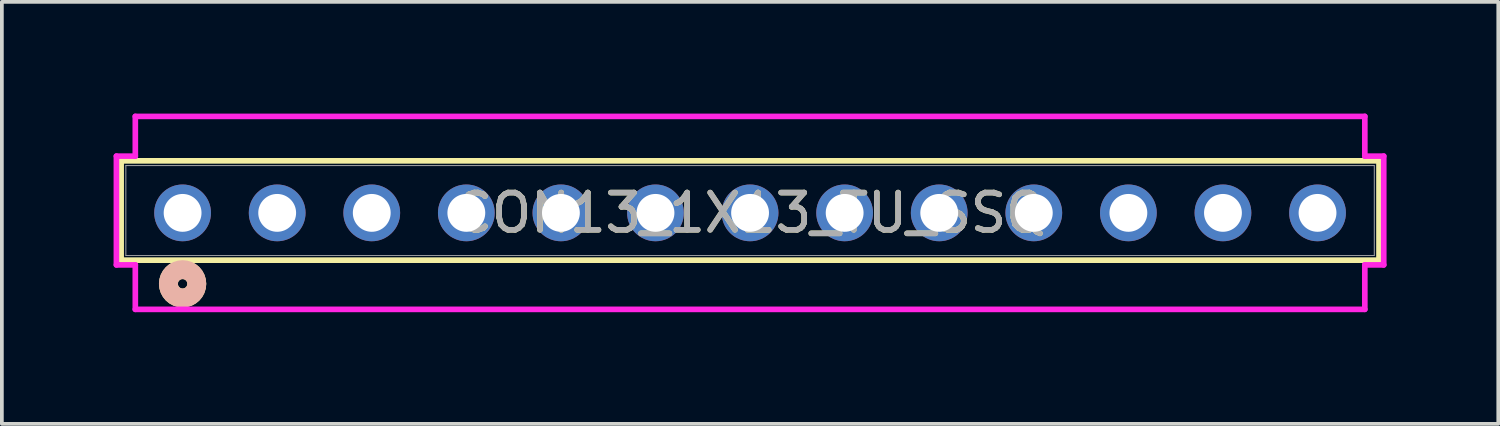
<source format=kicad_pcb>
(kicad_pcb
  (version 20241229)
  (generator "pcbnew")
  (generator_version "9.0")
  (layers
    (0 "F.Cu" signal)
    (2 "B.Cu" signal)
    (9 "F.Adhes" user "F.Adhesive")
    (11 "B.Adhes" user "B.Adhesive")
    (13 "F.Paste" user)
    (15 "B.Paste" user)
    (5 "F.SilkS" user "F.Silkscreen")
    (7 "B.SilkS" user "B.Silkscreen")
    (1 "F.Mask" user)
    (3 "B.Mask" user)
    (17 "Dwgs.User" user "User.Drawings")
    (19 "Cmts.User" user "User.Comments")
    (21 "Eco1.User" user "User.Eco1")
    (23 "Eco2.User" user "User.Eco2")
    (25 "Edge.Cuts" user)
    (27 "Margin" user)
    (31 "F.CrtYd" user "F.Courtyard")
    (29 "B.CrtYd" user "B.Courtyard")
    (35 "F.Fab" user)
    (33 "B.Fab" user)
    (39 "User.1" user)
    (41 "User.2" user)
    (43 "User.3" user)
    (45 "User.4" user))
  (footprint "CON13_1X13_TU_SSQ"
    (layer "F.Cu")
    (at 17.094 2.667)
    (property "Reference" "CON13_1X13_TU_SSQ" (at 0 0 0) (unlocked yes) (layer "F.SilkS") (effects (font (size 1 1) (thickness 0.15))))
    (attr through_hole)
    (fp_line (start -16.891 -1.397) (end -16.891 1.27) (stroke (width 0.152) (type solid)) (layer "F.SilkS"))
    (fp_line (start -16.891 1.27) (end 16.891 1.27) (stroke (width 0.152) (type solid)) (layer "F.SilkS"))
    (fp_line (start 16.891 -1.397) (end -16.891 -1.397) (stroke (width 0.152) (type solid)) (layer "F.SilkS"))
    (fp_line (start 16.891 1.27) (end 16.891 -1.397) (stroke (width 0.152) (type solid)) (layer "F.SilkS"))
    (fp_circle (center -15.24 1.905) (end -14.859 1.905) (stroke (width 0.508) (type solid)) (fill no) (layer "F.SilkS"))
    (fp_circle (center -15.24 1.905) (end -14.859 1.905) (stroke (width 0.508) (type solid)) (fill no) (layer "B.SilkS"))
    (fp_line (start -17.018 -1.524) (end -17.018 1.397) (stroke (width 0.152) (type solid)) (layer "F.CrtYd"))
    (fp_line (start -17.018 1.397) (end -16.51 1.397) (stroke (width 0.152) (type solid)) (layer "F.CrtYd"))
    (fp_line (start -16.51 -2.591) (end -16.51 -1.524) (stroke (width 0.152) (type solid)) (layer "F.CrtYd"))
    (fp_line (start -16.51 -1.524) (end -17.018 -1.524) (stroke (width 0.152) (type solid)) (layer "F.CrtYd"))
    (fp_line (start -16.51 1.397) (end -16.51 2.591) (stroke (width 0.152) (type solid)) (layer "F.CrtYd"))
    (fp_line (start -16.51 2.591) (end 16.51 2.591) (stroke (width 0.152) (type solid)) (layer "F.CrtYd"))
    (fp_line (start 16.51 -2.591) (end -16.51 -2.591) (stroke (width 0.152) (type solid)) (layer "F.CrtYd"))
    (fp_line (start 16.51 -1.524) (end 16.51 -2.591) (stroke (width 0.152) (type solid)) (layer "F.CrtYd"))
    (fp_line (start 16.51 1.397) (end 17.018 1.397) (stroke (width 0.152) (type solid)) (layer "F.CrtYd"))
    (fp_line (start 16.51 2.591) (end 16.51 1.397) (stroke (width 0.152) (type solid)) (layer "F.CrtYd"))
    (fp_line (start 17.018 -1.524) (end 16.51 -1.524) (stroke (width 0.152) (type solid)) (layer "F.CrtYd"))
    (fp_line (start 17.018 1.397) (end 17.018 -1.524) (stroke (width 0.152) (type solid)) (layer "F.CrtYd"))
    (fp_line (start -16.764 -1.27) (end -16.764 1.143) (stroke (width 0.025) (type solid)) (layer "F.Fab"))
    (fp_line (start -16.764 1.143) (end 16.764 1.143) (stroke (width 0.025) (type solid)) (layer "F.Fab"))
    (fp_line (start 16.764 -1.27) (end -16.764 -1.27) (stroke (width 0.025) (type solid)) (layer "F.Fab"))
    (fp_line (start 16.764 1.143) (end 16.764 -1.27) (stroke (width 0.025) (type solid)) (layer "F.Fab"))
    (fp_circle (center -15.24 0) (end -14.986 0) (stroke (width 0.025) (type solid)) (fill no) (layer "F.Fab"))
    (fp_text user "${REFERENCE}" (at 0 0 0) (unlocked yes) (layer "F.Fab") (effects (font (size 1 1) (thickness 0.15))))
    (pad "1" thru_hole circle (at -15.24 0 90) (size 1.524 1.524) (drill 1.016) (layers "*.Cu" "*.Mask"))
    (pad "2" thru_hole circle (at -12.7 0 90) (size 1.524 1.524) (drill 1.016) (layers "*.Cu" "*.Mask"))
    (pad "3" thru_hole circle (at -10.16 0 90) (size 1.524 1.524) (drill 1.016) (layers "*.Cu" "*.Mask"))
    (pad "4" thru_hole circle (at -7.62 0 90) (size 1.524 1.524) (drill 1.016) (layers "*.Cu" "*.Mask"))
    (pad "5" thru_hole circle (at -5.08 0 90) (size 1.524 1.524) (drill 1.016) (layers "*.Cu" "*.Mask"))
    (pad "6" thru_hole circle (at -2.54 0 90) (size 1.524 1.524) (drill 1.016) (layers "*.Cu" "*.Mask"))
    (pad "7" thru_hole circle (at 0 0 90) (size 1.524 1.524) (drill 1.016) (layers "*.Cu" "*.Mask"))
    (pad "8" thru_hole circle (at 2.54 0 90) (size 1.524 1.524) (drill 1.016) (layers "*.Cu" "*.Mask"))
    (pad "9" thru_hole circle (at 5.08 0 90) (size 1.524 1.524) (drill 1.016) (layers "*.Cu" "*.Mask"))
    (pad "10" thru_hole circle (at 7.62 0 90) (size 1.524 1.524) (drill 1.016) (layers "*.Cu" "*.Mask"))
    (pad "11" thru_hole circle (at 10.16 0 90) (size 1.524 1.524) (drill 1.016) (layers "*.Cu" "*.Mask"))
    (pad "12" thru_hole circle (at 12.7 0 90) (size 1.524 1.524) (drill 1.016) (layers "*.Cu" "*.Mask"))
    (pad "13" thru_hole circle (at 15.24 0 90) (size 1.524 1.524) (drill 1.016) (layers "*.Cu" "*.Mask")))
  (gr_rect
    (start -3 -3)
    (end 37.188 8.334)
    (stroke (width 0.1) (type default))
    (fill no)
    (layer "Edge.Cuts")))
</source>
